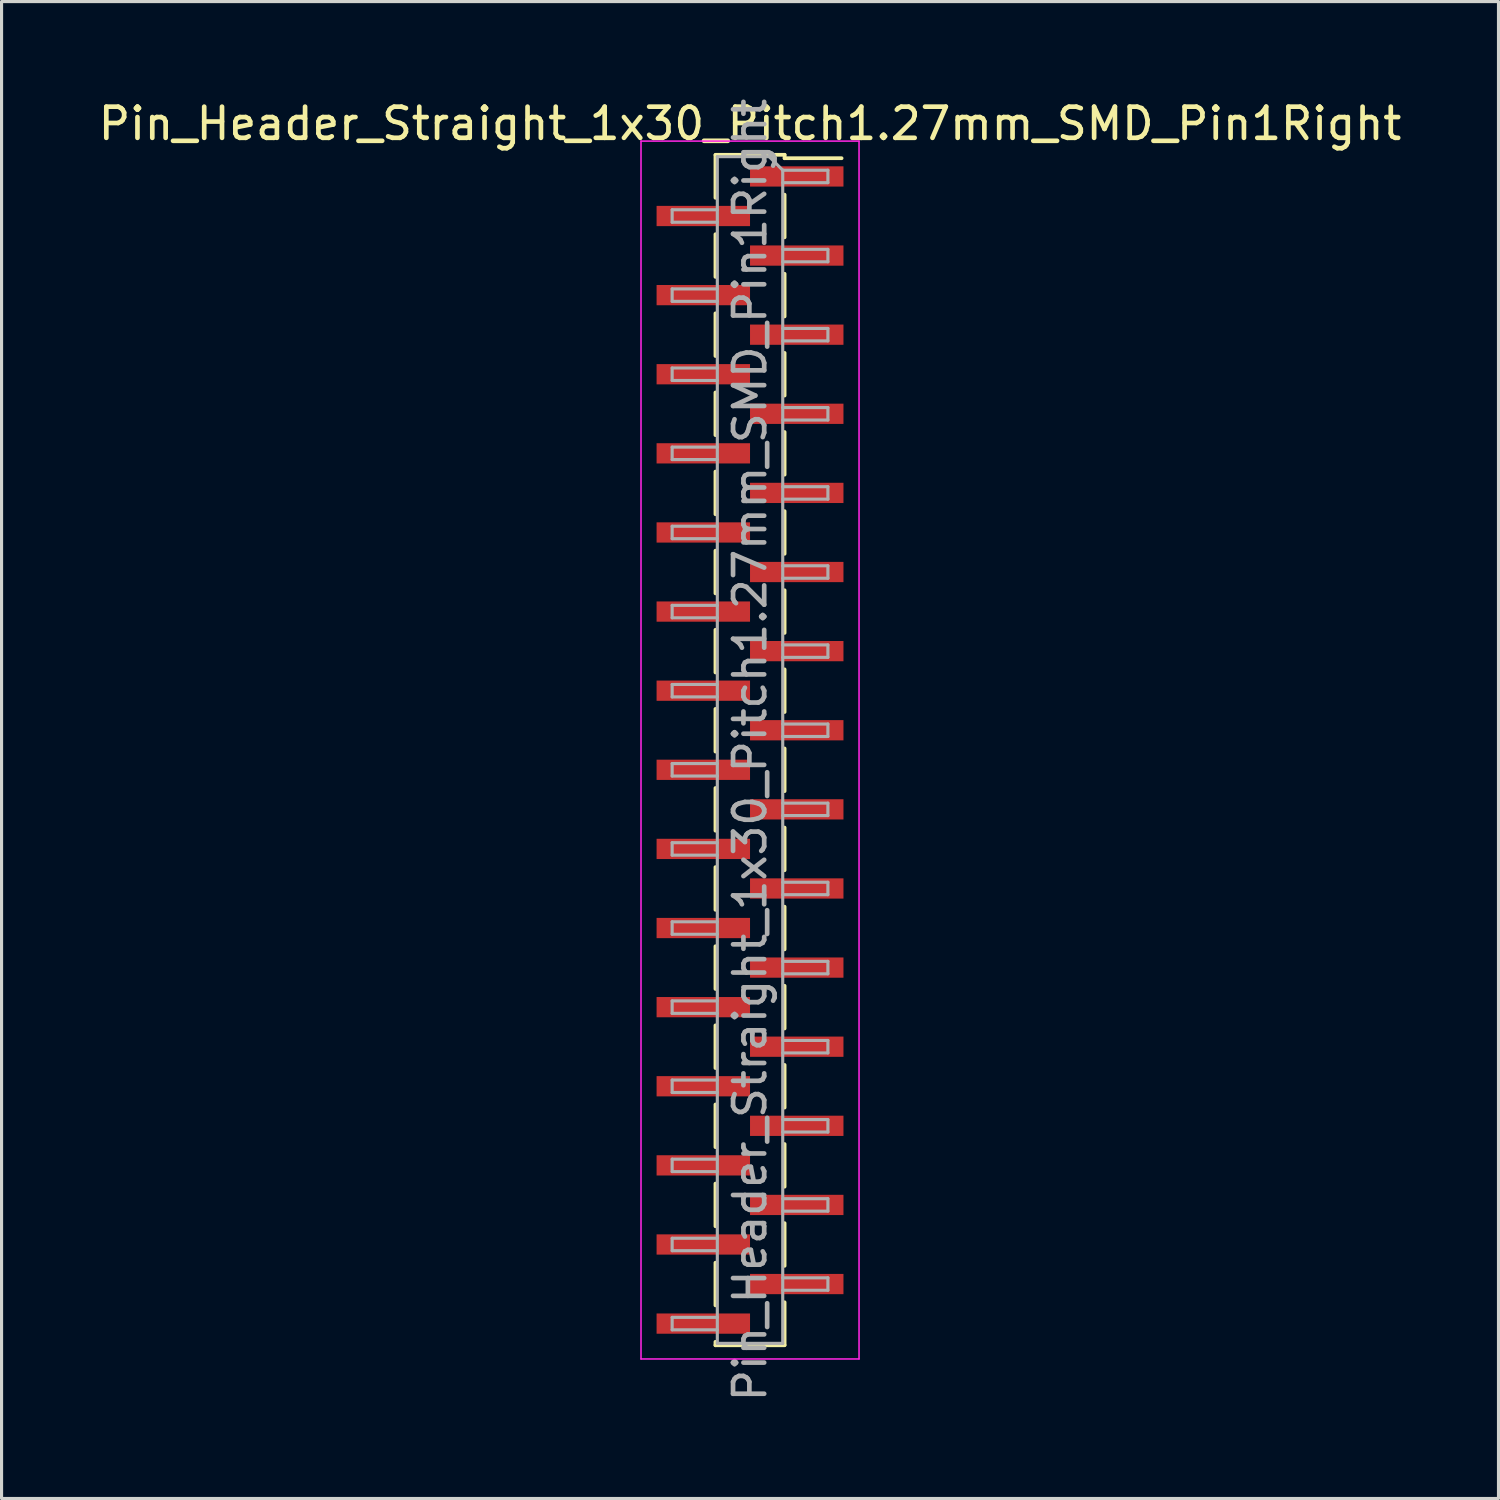
<source format=kicad_pcb>
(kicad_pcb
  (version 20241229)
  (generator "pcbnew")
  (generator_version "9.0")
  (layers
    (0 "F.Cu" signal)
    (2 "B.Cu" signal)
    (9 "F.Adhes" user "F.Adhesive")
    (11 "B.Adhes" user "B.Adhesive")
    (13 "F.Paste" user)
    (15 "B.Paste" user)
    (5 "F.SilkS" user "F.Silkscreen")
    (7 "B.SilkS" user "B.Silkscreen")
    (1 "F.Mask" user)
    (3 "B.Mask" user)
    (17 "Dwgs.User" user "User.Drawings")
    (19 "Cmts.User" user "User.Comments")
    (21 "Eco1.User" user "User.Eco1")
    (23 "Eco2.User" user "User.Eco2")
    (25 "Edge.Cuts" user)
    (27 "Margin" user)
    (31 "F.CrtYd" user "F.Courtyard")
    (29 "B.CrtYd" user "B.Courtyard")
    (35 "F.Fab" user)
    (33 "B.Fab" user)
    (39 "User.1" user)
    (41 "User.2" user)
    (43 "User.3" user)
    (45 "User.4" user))
  (footprint "Pin_Header_Straight_1x30_Pitch1.27mm_SMD_Pin1Right"
    (layer "F.Cu")
    (at 21.03 21.03)
    (property "Reference" "Pin_Header_Straight_1x30_Pitch1.27mm_SMD_Pin1Right" (at 0 -20.11 0) (layer "F.SilkS") (effects (font (size 1 1) (thickness 0.15))))
    (attr smd)
    (fp_line (start -1.11 -19.11) (end 1.11 -19.11) (stroke (width 0.12) (type solid)) (layer "F.SilkS"))
    (fp_line (start -1.11 -19.1) (end -1.11 -17.73) (stroke (width 0.12) (type solid)) (layer "F.SilkS"))
    (fp_line (start -1.11 -16.56) (end -1.11 -15.19) (stroke (width 0.12) (type solid)) (layer "F.SilkS"))
    (fp_line (start -1.11 -14.02) (end -1.11 -12.65) (stroke (width 0.12) (type solid)) (layer "F.SilkS"))
    (fp_line (start -1.11 -11.48) (end -1.11 -10.11) (stroke (width 0.12) (type solid)) (layer "F.SilkS"))
    (fp_line (start -1.11 -8.94) (end -1.11 -7.57) (stroke (width 0.12) (type solid)) (layer "F.SilkS"))
    (fp_line (start -1.11 -6.4) (end -1.11 -5.03) (stroke (width 0.12) (type solid)) (layer "F.SilkS"))
    (fp_line (start -1.11 -3.86) (end -1.11 -2.49) (stroke (width 0.12) (type solid)) (layer "F.SilkS"))
    (fp_line (start -1.11 -1.32) (end -1.11 0.05) (stroke (width 0.12) (type solid)) (layer "F.SilkS"))
    (fp_line (start -1.11 1.22) (end -1.11 2.59) (stroke (width 0.12) (type solid)) (layer "F.SilkS"))
    (fp_line (start -1.11 3.76) (end -1.11 5.13) (stroke (width 0.12) (type solid)) (layer "F.SilkS"))
    (fp_line (start -1.11 6.3) (end -1.11 7.67) (stroke (width 0.12) (type solid)) (layer "F.SilkS"))
    (fp_line (start -1.11 8.84) (end -1.11 10.21) (stroke (width 0.12) (type solid)) (layer "F.SilkS"))
    (fp_line (start -1.11 11.38) (end -1.11 12.75) (stroke (width 0.12) (type solid)) (layer "F.SilkS"))
    (fp_line (start -1.11 13.92) (end -1.11 15.29) (stroke (width 0.12) (type solid)) (layer "F.SilkS"))
    (fp_line (start -1.11 16.46) (end -1.11 17.83) (stroke (width 0.12) (type solid)) (layer "F.SilkS"))
    (fp_line (start -1.11 19) (end -1.11 19.11) (stroke (width 0.12) (type solid)) (layer "F.SilkS"))
    (fp_line (start -1.11 19.11) (end 1.11 19.11) (stroke (width 0.12) (type solid)) (layer "F.SilkS"))
    (fp_line (start 1.11 -19.11) (end 1.11 -19) (stroke (width 0.12) (type solid)) (layer "F.SilkS"))
    (fp_line (start 1.11 -19) (end 2.94 -19) (stroke (width 0.12) (type solid)) (layer "F.SilkS"))
    (fp_line (start 1.11 -17.83) (end 1.11 -16.46) (stroke (width 0.12) (type solid)) (layer "F.SilkS"))
    (fp_line (start 1.11 -15.29) (end 1.11 -13.92) (stroke (width 0.12) (type solid)) (layer "F.SilkS"))
    (fp_line (start 1.11 -12.75) (end 1.11 -11.38) (stroke (width 0.12) (type solid)) (layer "F.SilkS"))
    (fp_line (start 1.11 -10.21) (end 1.11 -8.84) (stroke (width 0.12) (type solid)) (layer "F.SilkS"))
    (fp_line (start 1.11 -7.67) (end 1.11 -6.3) (stroke (width 0.12) (type solid)) (layer "F.SilkS"))
    (fp_line (start 1.11 -5.13) (end 1.11 -3.76) (stroke (width 0.12) (type solid)) (layer "F.SilkS"))
    (fp_line (start 1.11 -2.59) (end 1.11 -1.22) (stroke (width 0.12) (type solid)) (layer "F.SilkS"))
    (fp_line (start 1.11 -0.05) (end 1.11 1.32) (stroke (width 0.12) (type solid)) (layer "F.SilkS"))
    (fp_line (start 1.11 2.49) (end 1.11 3.86) (stroke (width 0.12) (type solid)) (layer "F.SilkS"))
    (fp_line (start 1.11 5.03) (end 1.11 6.4) (stroke (width 0.12) (type solid)) (layer "F.SilkS"))
    (fp_line (start 1.11 7.57) (end 1.11 8.94) (stroke (width 0.12) (type solid)) (layer "F.SilkS"))
    (fp_line (start 1.11 10.11) (end 1.11 11.48) (stroke (width 0.12) (type solid)) (layer "F.SilkS"))
    (fp_line (start 1.11 12.65) (end 1.11 14.02) (stroke (width 0.12) (type solid)) (layer "F.SilkS"))
    (fp_line (start 1.11 15.19) (end 1.11 16.56) (stroke (width 0.12) (type solid)) (layer "F.SilkS"))
    (fp_line (start 1.11 17.73) (end 1.11 19.1) (stroke (width 0.12) (type solid)) (layer "F.SilkS"))
    (fp_line (start -3.5 -19.55) (end -3.5 19.55) (stroke (width 0.05) (type solid)) (layer "F.CrtYd"))
    (fp_line (start -3.5 19.55) (end 3.5 19.55) (stroke (width 0.05) (type solid)) (layer "F.CrtYd"))
    (fp_line (start 3.5 -19.55) (end -3.5 -19.55) (stroke (width 0.05) (type solid)) (layer "F.CrtYd"))
    (fp_line (start 3.5 19.55) (end 3.5 -19.55) (stroke (width 0.05) (type solid)) (layer "F.CrtYd"))
    (fp_line (start -2.5 -17.345) (end -2.5 -16.945) (stroke (width 0.1) (type solid)) (layer "F.Fab"))
    (fp_line (start -2.5 -16.945) (end -1.05 -16.945) (stroke (width 0.1) (type solid)) (layer "F.Fab"))
    (fp_line (start -2.5 -14.805) (end -2.5 -14.405) (stroke (width 0.1) (type solid)) (layer "F.Fab"))
    (fp_line (start -2.5 -14.405) (end -1.05 -14.405) (stroke (width 0.1) (type solid)) (layer "F.Fab"))
    (fp_line (start -2.5 -12.265) (end -2.5 -11.865) (stroke (width 0.1) (type solid)) (layer "F.Fab"))
    (fp_line (start -2.5 -11.865) (end -1.05 -11.865) (stroke (width 0.1) (type solid)) (layer "F.Fab"))
    (fp_line (start -2.5 -9.725) (end -2.5 -9.325) (stroke (width 0.1) (type solid)) (layer "F.Fab"))
    (fp_line (start -2.5 -9.325) (end -1.05 -9.325) (stroke (width 0.1) (type solid)) (layer "F.Fab"))
    (fp_line (start -2.5 -7.185) (end -2.5 -6.785) (stroke (width 0.1) (type solid)) (layer "F.Fab"))
    (fp_line (start -2.5 -6.785) (end -1.05 -6.785) (stroke (width 0.1) (type solid)) (layer "F.Fab"))
    (fp_line (start -2.5 -4.645) (end -2.5 -4.245) (stroke (width 0.1) (type solid)) (layer "F.Fab"))
    (fp_line (start -2.5 -4.245) (end -1.05 -4.245) (stroke (width 0.1) (type solid)) (layer "F.Fab"))
    (fp_line (start -2.5 -2.105) (end -2.5 -1.705) (stroke (width 0.1) (type solid)) (layer "F.Fab"))
    (fp_line (start -2.5 -1.705) (end -1.05 -1.705) (stroke (width 0.1) (type solid)) (layer "F.Fab"))
    (fp_line (start -2.5 0.435) (end -2.5 0.835) (stroke (width 0.1) (type solid)) (layer "F.Fab"))
    (fp_line (start -2.5 0.835) (end -1.05 0.835) (stroke (width 0.1) (type solid)) (layer "F.Fab"))
    (fp_line (start -2.5 2.975) (end -2.5 3.375) (stroke (width 0.1) (type solid)) (layer "F.Fab"))
    (fp_line (start -2.5 3.375) (end -1.05 3.375) (stroke (width 0.1) (type solid)) (layer "F.Fab"))
    (fp_line (start -2.5 5.515) (end -2.5 5.915) (stroke (width 0.1) (type solid)) (layer "F.Fab"))
    (fp_line (start -2.5 5.915) (end -1.05 5.915) (stroke (width 0.1) (type solid)) (layer "F.Fab"))
    (fp_line (start -2.5 8.055) (end -2.5 8.455) (stroke (width 0.1) (type solid)) (layer "F.Fab"))
    (fp_line (start -2.5 8.455) (end -1.05 8.455) (stroke (width 0.1) (type solid)) (layer "F.Fab"))
    (fp_line (start -2.5 10.595) (end -2.5 10.995) (stroke (width 0.1) (type solid)) (layer "F.Fab"))
    (fp_line (start -2.5 10.995) (end -1.05 10.995) (stroke (width 0.1) (type solid)) (layer "F.Fab"))
    (fp_line (start -2.5 13.135) (end -2.5 13.535) (stroke (width 0.1) (type solid)) (layer "F.Fab"))
    (fp_line (start -2.5 13.535) (end -1.05 13.535) (stroke (width 0.1) (type solid)) (layer "F.Fab"))
    (fp_line (start -2.5 15.675) (end -2.5 16.075) (stroke (width 0.1) (type solid)) (layer "F.Fab"))
    (fp_line (start -2.5 16.075) (end -1.05 16.075) (stroke (width 0.1) (type solid)) (layer "F.Fab"))
    (fp_line (start -2.5 18.215) (end -2.5 18.615) (stroke (width 0.1) (type solid)) (layer "F.Fab"))
    (fp_line (start -2.5 18.615) (end -1.05 18.615) (stroke (width 0.1) (type solid)) (layer "F.Fab"))
    (fp_line (start -1.05 -19.05) (end -1.05 19.05) (stroke (width 0.1) (type solid)) (layer "F.Fab"))
    (fp_line (start -1.05 -19.05) (end 0.615 -19.05) (stroke (width 0.1) (type solid)) (layer "F.Fab"))
    (fp_line (start -1.05 -17.345) (end -2.5 -17.345) (stroke (width 0.1) (type solid)) (layer "F.Fab"))
    (fp_line (start -1.05 -14.805) (end -2.5 -14.805) (stroke (width 0.1) (type solid)) (layer "F.Fab"))
    (fp_line (start -1.05 -12.265) (end -2.5 -12.265) (stroke (width 0.1) (type solid)) (layer "F.Fab"))
    (fp_line (start -1.05 -9.725) (end -2.5 -9.725) (stroke (width 0.1) (type solid)) (layer "F.Fab"))
    (fp_line (start -1.05 -7.185) (end -2.5 -7.185) (stroke (width 0.1) (type solid)) (layer "F.Fab"))
    (fp_line (start -1.05 -4.645) (end -2.5 -4.645) (stroke (width 0.1) (type solid)) (layer "F.Fab"))
    (fp_line (start -1.05 -2.105) (end -2.5 -2.105) (stroke (width 0.1) (type solid)) (layer "F.Fab"))
    (fp_line (start -1.05 0.435) (end -2.5 0.435) (stroke (width 0.1) (type solid)) (layer "F.Fab"))
    (fp_line (start -1.05 2.975) (end -2.5 2.975) (stroke (width 0.1) (type solid)) (layer "F.Fab"))
    (fp_line (start -1.05 5.515) (end -2.5 5.515) (stroke (width 0.1) (type solid)) (layer "F.Fab"))
    (fp_line (start -1.05 8.055) (end -2.5 8.055) (stroke (width 0.1) (type solid)) (layer "F.Fab"))
    (fp_line (start -1.05 10.595) (end -2.5 10.595) (stroke (width 0.1) (type solid)) (layer "F.Fab"))
    (fp_line (start -1.05 13.135) (end -2.5 13.135) (stroke (width 0.1) (type solid)) (layer "F.Fab"))
    (fp_line (start -1.05 15.675) (end -2.5 15.675) (stroke (width 0.1) (type solid)) (layer "F.Fab"))
    (fp_line (start -1.05 18.215) (end -2.5 18.215) (stroke (width 0.1) (type solid)) (layer "F.Fab"))
    (fp_line (start 1.05 -18.615) (end 0.615 -19.05) (stroke (width 0.1) (type solid)) (layer "F.Fab"))
    (fp_line (start 1.05 -18.615) (end 2.5 -18.615) (stroke (width 0.1) (type solid)) (layer "F.Fab"))
    (fp_line (start 1.05 -16.075) (end 2.5 -16.075) (stroke (width 0.1) (type solid)) (layer "F.Fab"))
    (fp_line (start 1.05 -13.535) (end 2.5 -13.535) (stroke (width 0.1) (type solid)) (layer "F.Fab"))
    (fp_line (start 1.05 -10.995) (end 2.5 -10.995) (stroke (width 0.1) (type solid)) (layer "F.Fab"))
    (fp_line (start 1.05 -8.455) (end 2.5 -8.455) (stroke (width 0.1) (type solid)) (layer "F.Fab"))
    (fp_line (start 1.05 -5.915) (end 2.5 -5.915) (stroke (width 0.1) (type solid)) (layer "F.Fab"))
    (fp_line (start 1.05 -3.375) (end 2.5 -3.375) (stroke (width 0.1) (type solid)) (layer "F.Fab"))
    (fp_line (start 1.05 -0.835) (end 2.5 -0.835) (stroke (width 0.1) (type solid)) (layer "F.Fab"))
    (fp_line (start 1.05 1.705) (end 2.5 1.705) (stroke (width 0.1) (type solid)) (layer "F.Fab"))
    (fp_line (start 1.05 4.245) (end 2.5 4.245) (stroke (width 0.1) (type solid)) (layer "F.Fab"))
    (fp_line (start 1.05 6.785) (end 2.5 6.785) (stroke (width 0.1) (type solid)) (layer "F.Fab"))
    (fp_line (start 1.05 9.325) (end 2.5 9.325) (stroke (width 0.1) (type solid)) (layer "F.Fab"))
    (fp_line (start 1.05 11.865) (end 2.5 11.865) (stroke (width 0.1) (type solid)) (layer "F.Fab"))
    (fp_line (start 1.05 14.405) (end 2.5 14.405) (stroke (width 0.1) (type solid)) (layer "F.Fab"))
    (fp_line (start 1.05 16.945) (end 2.5 16.945) (stroke (width 0.1) (type solid)) (layer "F.Fab"))
    (fp_line (start 1.05 19.05) (end -1.05 19.05) (stroke (width 0.1) (type solid)) (layer "F.Fab"))
    (fp_line (start 1.05 19.05) (end 1.05 -18.615) (stroke (width 0.1) (type solid)) (layer "F.Fab"))
    (fp_line (start 2.5 -18.615) (end 2.5 -18.215) (stroke (width 0.1) (type solid)) (layer "F.Fab"))
    (fp_line (start 2.5 -18.215) (end 1.05 -18.215) (stroke (width 0.1) (type solid)) (layer "F.Fab"))
    (fp_line (start 2.5 -16.075) (end 2.5 -15.675) (stroke (width 0.1) (type solid)) (layer "F.Fab"))
    (fp_line (start 2.5 -15.675) (end 1.05 -15.675) (stroke (width 0.1) (type solid)) (layer "F.Fab"))
    (fp_line (start 2.5 -13.535) (end 2.5 -13.135) (stroke (width 0.1) (type solid)) (layer "F.Fab"))
    (fp_line (start 2.5 -13.135) (end 1.05 -13.135) (stroke (width 0.1) (type solid)) (layer "F.Fab"))
    (fp_line (start 2.5 -10.995) (end 2.5 -10.595) (stroke (width 0.1) (type solid)) (layer "F.Fab"))
    (fp_line (start 2.5 -10.595) (end 1.05 -10.595) (stroke (width 0.1) (type solid)) (layer "F.Fab"))
    (fp_line (start 2.5 -8.455) (end 2.5 -8.055) (stroke (width 0.1) (type solid)) (layer "F.Fab"))
    (fp_line (start 2.5 -8.055) (end 1.05 -8.055) (stroke (width 0.1) (type solid)) (layer "F.Fab"))
    (fp_line (start 2.5 -5.915) (end 2.5 -5.515) (stroke (width 0.1) (type solid)) (layer "F.Fab"))
    (fp_line (start 2.5 -5.515) (end 1.05 -5.515) (stroke (width 0.1) (type solid)) (layer "F.Fab"))
    (fp_line (start 2.5 -3.375) (end 2.5 -2.975) (stroke (width 0.1) (type solid)) (layer "F.Fab"))
    (fp_line (start 2.5 -2.975) (end 1.05 -2.975) (stroke (width 0.1) (type solid)) (layer "F.Fab"))
    (fp_line (start 2.5 -0.835) (end 2.5 -0.435) (stroke (width 0.1) (type solid)) (layer "F.Fab"))
    (fp_line (start 2.5 -0.435) (end 1.05 -0.435) (stroke (width 0.1) (type solid)) (layer "F.Fab"))
    (fp_line (start 2.5 1.705) (end 2.5 2.105) (stroke (width 0.1) (type solid)) (layer "F.Fab"))
    (fp_line (start 2.5 2.105) (end 1.05 2.105) (stroke (width 0.1) (type solid)) (layer "F.Fab"))
    (fp_line (start 2.5 4.245) (end 2.5 4.645) (stroke (width 0.1) (type solid)) (layer "F.Fab"))
    (fp_line (start 2.5 4.645) (end 1.05 4.645) (stroke (width 0.1) (type solid)) (layer "F.Fab"))
    (fp_line (start 2.5 6.785) (end 2.5 7.185) (stroke (width 0.1) (type solid)) (layer "F.Fab"))
    (fp_line (start 2.5 7.185) (end 1.05 7.185) (stroke (width 0.1) (type solid)) (layer "F.Fab"))
    (fp_line (start 2.5 9.325) (end 2.5 9.725) (stroke (width 0.1) (type solid)) (layer "F.Fab"))
    (fp_line (start 2.5 9.725) (end 1.05 9.725) (stroke (width 0.1) (type solid)) (layer "F.Fab"))
    (fp_line (start 2.5 11.865) (end 2.5 12.265) (stroke (width 0.1) (type solid)) (layer "F.Fab"))
    (fp_line (start 2.5 12.265) (end 1.05 12.265) (stroke (width 0.1) (type solid)) (layer "F.Fab"))
    (fp_line (start 2.5 14.405) (end 2.5 14.805) (stroke (width 0.1) (type solid)) (layer "F.Fab"))
    (fp_line (start 2.5 14.805) (end 1.05 14.805) (stroke (width 0.1) (type solid)) (layer "F.Fab"))
    (fp_line (start 2.5 16.945) (end 2.5 17.345) (stroke (width 0.1) (type solid)) (layer "F.Fab"))
    (fp_line (start 2.5 17.345) (end 1.05 17.345) (stroke (width 0.1) (type solid)) (layer "F.Fab"))
    (fp_text user "${REFERENCE}" (at 0 0 90) (layer "F.Fab") (effects (font (size 1 1) (thickness 0.15))))
    (pad "1" smd rect (at 1.5 -18.415) (size 3 0.65) (layers "F.Cu" "F.Mask" "F.Paste"))
    (pad "2" smd rect (at -1.5 -17.145) (size 3 0.65) (layers "F.Cu" "F.Mask" "F.Paste"))
    (pad "3" smd rect (at 1.5 -15.875) (size 3 0.65) (layers "F.Cu" "F.Mask" "F.Paste"))
    (pad "4" smd rect (at -1.5 -14.605) (size 3 0.65) (layers "F.Cu" "F.Mask" "F.Paste"))
    (pad "5" smd rect (at 1.5 -13.335) (size 3 0.65) (layers "F.Cu" "F.Mask" "F.Paste"))
    (pad "6" smd rect (at -1.5 -12.065) (size 3 0.65) (layers "F.Cu" "F.Mask" "F.Paste"))
    (pad "7" smd rect (at 1.5 -10.795) (size 3 0.65) (layers "F.Cu" "F.Mask" "F.Paste"))
    (pad "8" smd rect (at -1.5 -9.525) (size 3 0.65) (layers "F.Cu" "F.Mask" "F.Paste"))
    (pad "9" smd rect (at 1.5 -8.255) (size 3 0.65) (layers "F.Cu" "F.Mask" "F.Paste"))
    (pad "10" smd rect (at -1.5 -6.985) (size 3 0.65) (layers "F.Cu" "F.Mask" "F.Paste"))
    (pad "11" smd rect (at 1.5 -5.715) (size 3 0.65) (layers "F.Cu" "F.Mask" "F.Paste"))
    (pad "12" smd rect (at -1.5 -4.445) (size 3 0.65) (layers "F.Cu" "F.Mask" "F.Paste"))
    (pad "13" smd rect (at 1.5 -3.175) (size 3 0.65) (layers "F.Cu" "F.Mask" "F.Paste"))
    (pad "14" smd rect (at -1.5 -1.905) (size 3 0.65) (layers "F.Cu" "F.Mask" "F.Paste"))
    (pad "15" smd rect (at 1.5 -0.635) (size 3 0.65) (layers "F.Cu" "F.Mask" "F.Paste"))
    (pad "16" smd rect (at -1.5 0.635) (size 3 0.65) (layers "F.Cu" "F.Mask" "F.Paste"))
    (pad "17" smd rect (at 1.5 1.905) (size 3 0.65) (layers "F.Cu" "F.Mask" "F.Paste"))
    (pad "18" smd rect (at -1.5 3.175) (size 3 0.65) (layers "F.Cu" "F.Mask" "F.Paste"))
    (pad "19" smd rect (at 1.5 4.445) (size 3 0.65) (layers "F.Cu" "F.Mask" "F.Paste"))
    (pad "20" smd rect (at -1.5 5.715) (size 3 0.65) (layers "F.Cu" "F.Mask" "F.Paste"))
    (pad "21" smd rect (at 1.5 6.985) (size 3 0.65) (layers "F.Cu" "F.Mask" "F.Paste"))
    (pad "22" smd rect (at -1.5 8.255) (size 3 0.65) (layers "F.Cu" "F.Mask" "F.Paste"))
    (pad "23" smd rect (at 1.5 9.525) (size 3 0.65) (layers "F.Cu" "F.Mask" "F.Paste"))
    (pad "24" smd rect (at -1.5 10.795) (size 3 0.65) (layers "F.Cu" "F.Mask" "F.Paste"))
    (pad "25" smd rect (at 1.5 12.065) (size 3 0.65) (layers "F.Cu" "F.Mask" "F.Paste"))
    (pad "26" smd rect (at -1.5 13.335) (size 3 0.65) (layers "F.Cu" "F.Mask" "F.Paste"))
    (pad "27" smd rect (at 1.5 14.605) (size 3 0.65) (layers "F.Cu" "F.Mask" "F.Paste"))
    (pad "28" smd rect (at -1.5 15.875) (size 3 0.65) (layers "F.Cu" "F.Mask" "F.Paste"))
    (pad "29" smd rect (at 1.5 17.145) (size 3 0.65) (layers "F.Cu" "F.Mask" "F.Paste"))
    (pad "30" smd rect (at -1.5 18.415) (size 3 0.65) (layers "F.Cu" "F.Mask" "F.Paste")))
  (gr_rect
    (start -3 -3)
    (end 45.06 45.06)
    (stroke (width 0.1) (type default))
    (fill no)
    (layer "Edge.Cuts")))
</source>
